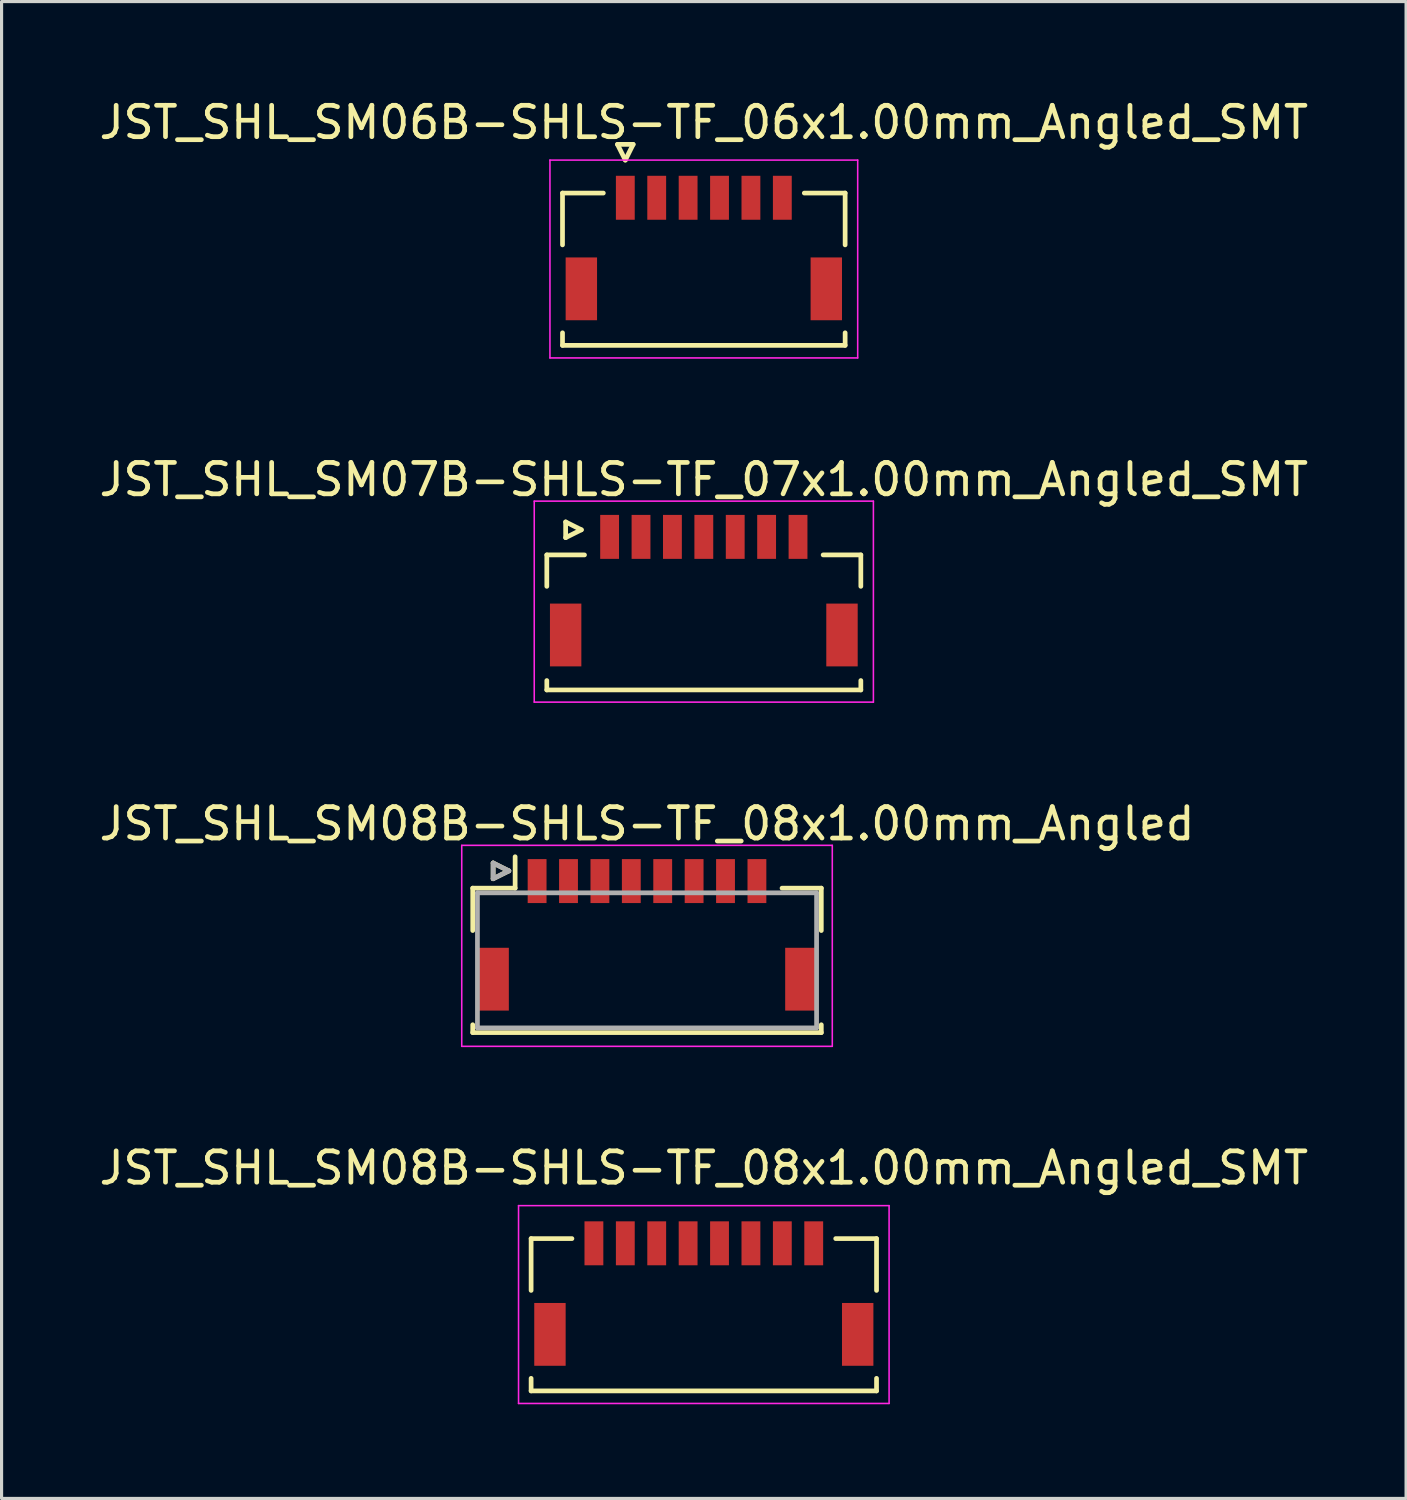
<source format=kicad_pcb>
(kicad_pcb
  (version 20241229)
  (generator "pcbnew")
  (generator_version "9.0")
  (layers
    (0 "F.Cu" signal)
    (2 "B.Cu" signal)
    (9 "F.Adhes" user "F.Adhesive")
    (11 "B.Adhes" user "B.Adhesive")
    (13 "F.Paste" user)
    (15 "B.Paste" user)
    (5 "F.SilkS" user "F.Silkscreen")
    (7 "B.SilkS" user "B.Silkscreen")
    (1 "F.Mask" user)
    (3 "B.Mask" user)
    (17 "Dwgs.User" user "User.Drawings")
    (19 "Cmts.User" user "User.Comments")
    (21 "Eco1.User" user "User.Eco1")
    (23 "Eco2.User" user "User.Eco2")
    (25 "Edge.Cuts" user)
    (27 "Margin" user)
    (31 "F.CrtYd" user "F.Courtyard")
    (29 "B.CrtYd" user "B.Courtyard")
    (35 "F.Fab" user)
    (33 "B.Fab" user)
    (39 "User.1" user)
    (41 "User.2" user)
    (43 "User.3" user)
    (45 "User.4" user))
  (footprint "JST_SHL_SM07B-SHLS-TF_07x1.00mm_Angled_SMT"
    (layer "F.Cu")
    (at 19.363 15.609)
    (property "Reference" "JST_SHL_SM07B-SHLS-TF_07x1.00mm_Angled_SMT" (at 0 -3.388 0) (layer "F.SilkS") (effects (font (size 1 1) (thickness 0.15))))
    (attr smd)
    (fp_line (start -5 -0.988) (end -3.8 -0.988) (stroke (width 0.15) (type solid)) (layer "F.SilkS"))
    (fp_line (start -5 0.013) (end -5 -0.988) (stroke (width 0.15) (type solid)) (layer "F.SilkS"))
    (fp_line (start -5 3.013) (end -5 3.312) (stroke (width 0.15) (type solid)) (layer "F.SilkS"))
    (fp_line (start -5 3.312) (end 5 3.312) (stroke (width 0.15) (type solid)) (layer "F.SilkS"))
    (fp_line (start -4.4 -2.038) (end -4.4 -1.538) (stroke (width 0.15) (type solid)) (layer "F.SilkS"))
    (fp_line (start -4.4 -1.538) (end -3.9 -1.788) (stroke (width 0.15) (type solid)) (layer "F.SilkS"))
    (fp_line (start -3.9 -1.788) (end -4.4 -2.038) (stroke (width 0.15) (type solid)) (layer "F.SilkS"))
    (fp_line (start 5 -0.988) (end 3.8 -0.988) (stroke (width 0.15) (type solid)) (layer "F.SilkS"))
    (fp_line (start 5 0.013) (end 5 -0.988) (stroke (width 0.15) (type solid)) (layer "F.SilkS"))
    (fp_line (start 5 3.312) (end 5 3.013) (stroke (width 0.15) (type solid)) (layer "F.SilkS"))
    (fp_line (start -5.4 -2.7) (end -5.4 3.7) (stroke (width 0.05) (type solid)) (layer "F.CrtYd"))
    (fp_line (start -5.4 3.7) (end 5.4 3.7) (stroke (width 0.05) (type solid)) (layer "F.CrtYd"))
    (fp_line (start 5.4 -2.7) (end -5.4 -2.7) (stroke (width 0.05) (type solid)) (layer "F.CrtYd"))
    (fp_line (start 5.4 3.7) (end 5.4 -2.7) (stroke (width 0.05) (type solid)) (layer "F.CrtYd"))
    (pad "" smd rect (at -4.4 1.562) (size 1 2) (layers "F.Cu" "F.Mask" "F.Paste"))
    (pad "" smd rect (at 4.4 1.562) (size 1 2) (layers "F.Cu" "F.Mask" "F.Paste"))
    (pad "1" smd rect (at -3 -1.562) (size 0.6 1.4) (layers "F.Cu" "F.Mask" "F.Paste"))
    (pad "2" smd rect (at -2 -1.562) (size 0.6 1.4) (layers "F.Cu" "F.Mask" "F.Paste"))
    (pad "3" smd rect (at -1 -1.562) (size 0.6 1.4) (layers "F.Cu" "F.Mask" "F.Paste"))
    (pad "4" smd rect (at 0 -1.562) (size 0.6 1.4) (layers "F.Cu" "F.Mask" "F.Paste"))
    (pad "5" smd rect (at 1 -1.562) (size 0.6 1.4) (layers "F.Cu" "F.Mask" "F.Paste"))
    (pad "6" smd rect (at 2 -1.562) (size 0.6 1.4) (layers "F.Cu" "F.Mask" "F.Paste"))
    (pad "7" smd rect (at 3 -1.562) (size 0.6 1.4) (layers "F.Cu" "F.Mask" "F.Paste")))
  (footprint "JST_SHL_SM08B-SHLS-TF_08x1.00mm_Angled"
    (layer "F.Cu")
    (at 17.554 26.57)
    (property "Reference" "JST_SHL_SM08B-SHLS-TF_08x1.00mm_Angled" (at 0 -3.388 0) (layer "F.SilkS") (effects (font (size 1 1) (thickness 0.15))))
    (attr smd)
    (fp_line (start -5.55 -1.337) (end -4.2 -1.337) (stroke (width 0.15) (type solid)) (layer "F.SilkS"))
    (fp_line (start -5.55 0.013) (end -5.55 -1.337) (stroke (width 0.15) (type solid)) (layer "F.SilkS"))
    (fp_line (start -5.55 3.013) (end -5.55 3.263) (stroke (width 0.15) (type solid)) (layer "F.SilkS"))
    (fp_line (start -5.55 3.263) (end 5.55 3.263) (stroke (width 0.15) (type solid)) (layer "F.SilkS"))
    (fp_line (start -4.9 -2.138) (end -4.9 -1.637) (stroke (width 0.15) (type solid)) (layer "F.SilkS"))
    (fp_line (start -4.9 -1.637) (end -4.4 -1.887) (stroke (width 0.15) (type solid)) (layer "F.SilkS"))
    (fp_line (start -4.4 -1.887) (end -4.9 -2.138) (stroke (width 0.15) (type solid)) (layer "F.SilkS"))
    (fp_line (start -4.2 -1.337) (end -4.2 -2.337) (stroke (width 0.15) (type solid)) (layer "F.SilkS"))
    (fp_line (start 5.55 -1.337) (end 4.3 -1.337) (stroke (width 0.15) (type solid)) (layer "F.SilkS"))
    (fp_line (start 5.55 0.013) (end 5.55 -1.337) (stroke (width 0.15) (type solid)) (layer "F.SilkS"))
    (fp_line (start 5.55 3.263) (end 5.55 3.013) (stroke (width 0.15) (type solid)) (layer "F.SilkS"))
    (fp_line (start -5.9 -2.7) (end -5.9 3.7) (stroke (width 0.05) (type solid)) (layer "F.CrtYd"))
    (fp_line (start -5.9 3.7) (end 5.9 3.7) (stroke (width 0.05) (type solid)) (layer "F.CrtYd"))
    (fp_line (start 5.9 -2.7) (end -5.9 -2.7) (stroke (width 0.05) (type solid)) (layer "F.CrtYd"))
    (fp_line (start 5.9 3.7) (end 5.9 -2.7) (stroke (width 0.05) (type solid)) (layer "F.CrtYd"))
    (fp_line (start -5.4 -1.188) (end -5.4 3.112) (stroke (width 0.15) (type solid)) (layer "F.Fab"))
    (fp_line (start -5.4 3.112) (end 5.4 3.112) (stroke (width 0.15) (type solid)) (layer "F.Fab"))
    (fp_line (start -4.9 -2.138) (end -4.9 -1.637) (stroke (width 0.15) (type solid)) (layer "F.Fab"))
    (fp_line (start -4.9 -1.637) (end -4.4 -1.887) (stroke (width 0.15) (type solid)) (layer "F.Fab"))
    (fp_line (start -4.4 -1.887) (end -4.9 -2.138) (stroke (width 0.15) (type solid)) (layer "F.Fab"))
    (fp_line (start 5.4 -1.188) (end -5.4 -1.188) (stroke (width 0.15) (type solid)) (layer "F.Fab"))
    (fp_line (start 5.4 3.112) (end 5.4 -1.188) (stroke (width 0.15) (type solid)) (layer "F.Fab"))
    (pad "" smd rect (at -4.9 1.562) (size 1 2) (layers "F.Cu" "F.Mask" "F.Paste"))
    (pad "" smd rect (at 4.9 1.562) (size 1 2) (layers "F.Cu" "F.Mask" "F.Paste"))
    (pad "1" smd rect (at -3.5 -1.562) (size 0.6 1.4) (layers "F.Cu" "F.Mask" "F.Paste"))
    (pad "2" smd rect (at -2.5 -1.562) (size 0.6 1.4) (layers "F.Cu" "F.Mask" "F.Paste"))
    (pad "3" smd rect (at -1.5 -1.562) (size 0.6 1.4) (layers "F.Cu" "F.Mask" "F.Paste"))
    (pad "4" smd rect (at -0.5 -1.562) (size 0.6 1.4) (layers "F.Cu" "F.Mask" "F.Paste"))
    (pad "5" smd rect (at 0.5 -1.562) (size 0.6 1.4) (layers "F.Cu" "F.Mask" "F.Paste"))
    (pad "6" smd rect (at 1.5 -1.562) (size 0.6 1.4) (layers "F.Cu" "F.Mask" "F.Paste"))
    (pad "7" smd rect (at 2.5 -1.562) (size 0.6 1.4) (layers "F.Cu" "F.Mask" "F.Paste"))
    (pad "8" smd rect (at 3.5 -1.562) (size 0.6 1.4) (layers "F.Cu" "F.Mask" "F.Paste")))
  (footprint "JST_SHL_SM06B-SHLS-TF_06x1.00mm_Angled_SMT"
    (layer "F.Cu")
    (at 19.363 4.848)
    (property "Reference" "JST_SHL_SM06B-SHLS-TF_06x1.00mm_Angled_SMT" (at 0 -4 0) (layer "F.SilkS") (effects (font (size 1 1) (thickness 0.15))))
    (attr smd)
    (fp_line (start -4.5 -1.75) (end -3.2 -1.75) (stroke (width 0.15) (type solid)) (layer "F.SilkS"))
    (fp_line (start -4.5 -0.1) (end -4.5 -1.75) (stroke (width 0.15) (type solid)) (layer "F.SilkS"))
    (fp_line (start -4.5 2.7) (end -4.5 3.1) (stroke (width 0.15) (type solid)) (layer "F.SilkS"))
    (fp_line (start -4.5 3.1) (end 4.5 3.1) (stroke (width 0.15) (type solid)) (layer "F.SilkS"))
    (fp_line (start -2.75 -3.3) (end -2.25 -3.3) (stroke (width 0.15) (type solid)) (layer "F.SilkS"))
    (fp_line (start -2.5 -2.8) (end -2.75 -3.3) (stroke (width 0.15) (type solid)) (layer "F.SilkS"))
    (fp_line (start -2.25 -3.3) (end -2.5 -2.8) (stroke (width 0.15) (type solid)) (layer "F.SilkS"))
    (fp_line (start 4.5 -1.75) (end 3.2 -1.75) (stroke (width 0.15) (type solid)) (layer "F.SilkS"))
    (fp_line (start 4.5 -0.1) (end 4.5 -1.75) (stroke (width 0.15) (type solid)) (layer "F.SilkS"))
    (fp_line (start 4.5 3.1) (end 4.5 2.7) (stroke (width 0.15) (type solid)) (layer "F.SilkS"))
    (fp_line (start -4.9 -2.8) (end -4.9 3.5) (stroke (width 0.05) (type solid)) (layer "F.CrtYd"))
    (fp_line (start -4.9 3.5) (end 4.9 3.5) (stroke (width 0.05) (type solid)) (layer "F.CrtYd"))
    (fp_line (start 4.9 -2.8) (end -4.9 -2.8) (stroke (width 0.05) (type solid)) (layer "F.CrtYd"))
    (fp_line (start 4.9 3.5) (end 4.9 -2.8) (stroke (width 0.05) (type solid)) (layer "F.CrtYd"))
    (pad "" smd rect (at -3.9 1.3) (size 1 2) (layers "F.Cu" "F.Mask" "F.Paste"))
    (pad "" smd rect (at 3.9 1.3) (size 1 2) (layers "F.Cu" "F.Mask" "F.Paste"))
    (pad "1" smd rect (at -2.5 -1.6) (size 0.6 1.4) (layers "F.Cu" "F.Mask" "F.Paste"))
    (pad "2" smd rect (at -1.5 -1.6) (size 0.6 1.4) (layers "F.Cu" "F.Mask" "F.Paste"))
    (pad "3" smd rect (at -0.5 -1.6) (size 0.6 1.4) (layers "F.Cu" "F.Mask" "F.Paste"))
    (pad "4" smd rect (at 0.5 -1.6) (size 0.6 1.4) (layers "F.Cu" "F.Mask" "F.Paste"))
    (pad "5" smd rect (at 1.5 -1.6) (size 0.6 1.4) (layers "F.Cu" "F.Mask" "F.Paste"))
    (pad "6" smd rect (at 2.5 -1.6) (size 0.6 1.4) (layers "F.Cu" "F.Mask" "F.Paste")))
  (footprint "JST_SHL_SM08B-SHLS-TF_08x1.00mm_Angled_SMT"
    (layer "F.Cu")
    (at 19.363 38.143)
    (property "Reference" "JST_SHL_SM08B-SHLS-TF_08x1.00mm_Angled_SMT" (at 0 -4 0) (layer "F.SilkS") (effects (font (size 1 1) (thickness 0.15))))
    (attr smd)
    (fp_line (start -5.5 -1.75) (end -4.2 -1.75) (stroke (width 0.15) (type solid)) (layer "F.SilkS"))
    (fp_line (start -5.5 -0.1) (end -5.5 -1.75) (stroke (width 0.15) (type solid)) (layer "F.SilkS"))
    (fp_line (start -5.5 2.7) (end -5.5 3.1) (stroke (width 0.15) (type solid)) (layer "F.SilkS"))
    (fp_line (start -5.5 3.1) (end 5.5 3.1) (stroke (width 0.15) (type solid)) (layer "F.SilkS"))
    (fp_line (start 5.5 -1.75) (end 4.2 -1.75) (stroke (width 0.15) (type solid)) (layer "F.SilkS"))
    (fp_line (start 5.5 -0.1) (end 5.5 -1.75) (stroke (width 0.15) (type solid)) (layer "F.SilkS"))
    (fp_line (start 5.5 3.1) (end 5.5 2.7) (stroke (width 0.15) (type solid)) (layer "F.SilkS"))
    (fp_line (start -5.9 -2.8) (end -5.9 3.5) (stroke (width 0.05) (type solid)) (layer "F.CrtYd"))
    (fp_line (start -5.9 3.5) (end 5.9 3.5) (stroke (width 0.05) (type solid)) (layer "F.CrtYd"))
    (fp_line (start 5.9 -2.8) (end -5.9 -2.8) (stroke (width 0.05) (type solid)) (layer "F.CrtYd"))
    (fp_line (start 5.9 3.5) (end 5.9 -2.8) (stroke (width 0.05) (type solid)) (layer "F.CrtYd"))
    (pad "" smd rect (at -4.9 1.3) (size 1 2) (layers "F.Cu" "F.Mask" "F.Paste"))
    (pad "" smd rect (at 4.9 1.3) (size 1 2) (layers "F.Cu" "F.Mask" "F.Paste"))
    (pad "1" smd rect (at -3.5 -1.6) (size 0.6 1.4) (layers "F.Cu" "F.Mask" "F.Paste"))
    (pad "2" smd rect (at -2.5 -1.6) (size 0.6 1.4) (layers "F.Cu" "F.Mask" "F.Paste"))
    (pad "3" smd rect (at -1.5 -1.6) (size 0.6 1.4) (layers "F.Cu" "F.Mask" "F.Paste"))
    (pad "4" smd rect (at -0.5 -1.6) (size 0.6 1.4) (layers "F.Cu" "F.Mask" "F.Paste"))
    (pad "5" smd rect (at 0.5 -1.6) (size 0.6 1.4) (layers "F.Cu" "F.Mask" "F.Paste"))
    (pad "6" smd rect (at 1.5 -1.6) (size 0.6 1.4) (layers "F.Cu" "F.Mask" "F.Paste"))
    (pad "7" smd rect (at 2.5 -1.6) (size 0.6 1.4) (layers "F.Cu" "F.Mask" "F.Paste"))
    (pad "8" smd rect (at 3.5 -1.6) (size 0.6 1.4) (layers "F.Cu" "F.Mask" "F.Paste")))
  (gr_rect
    (start -3 -3)
    (end 41.726 44.668)
    (stroke (width 0.1) (type default))
    (fill no)
    (layer "Edge.Cuts")))
</source>
